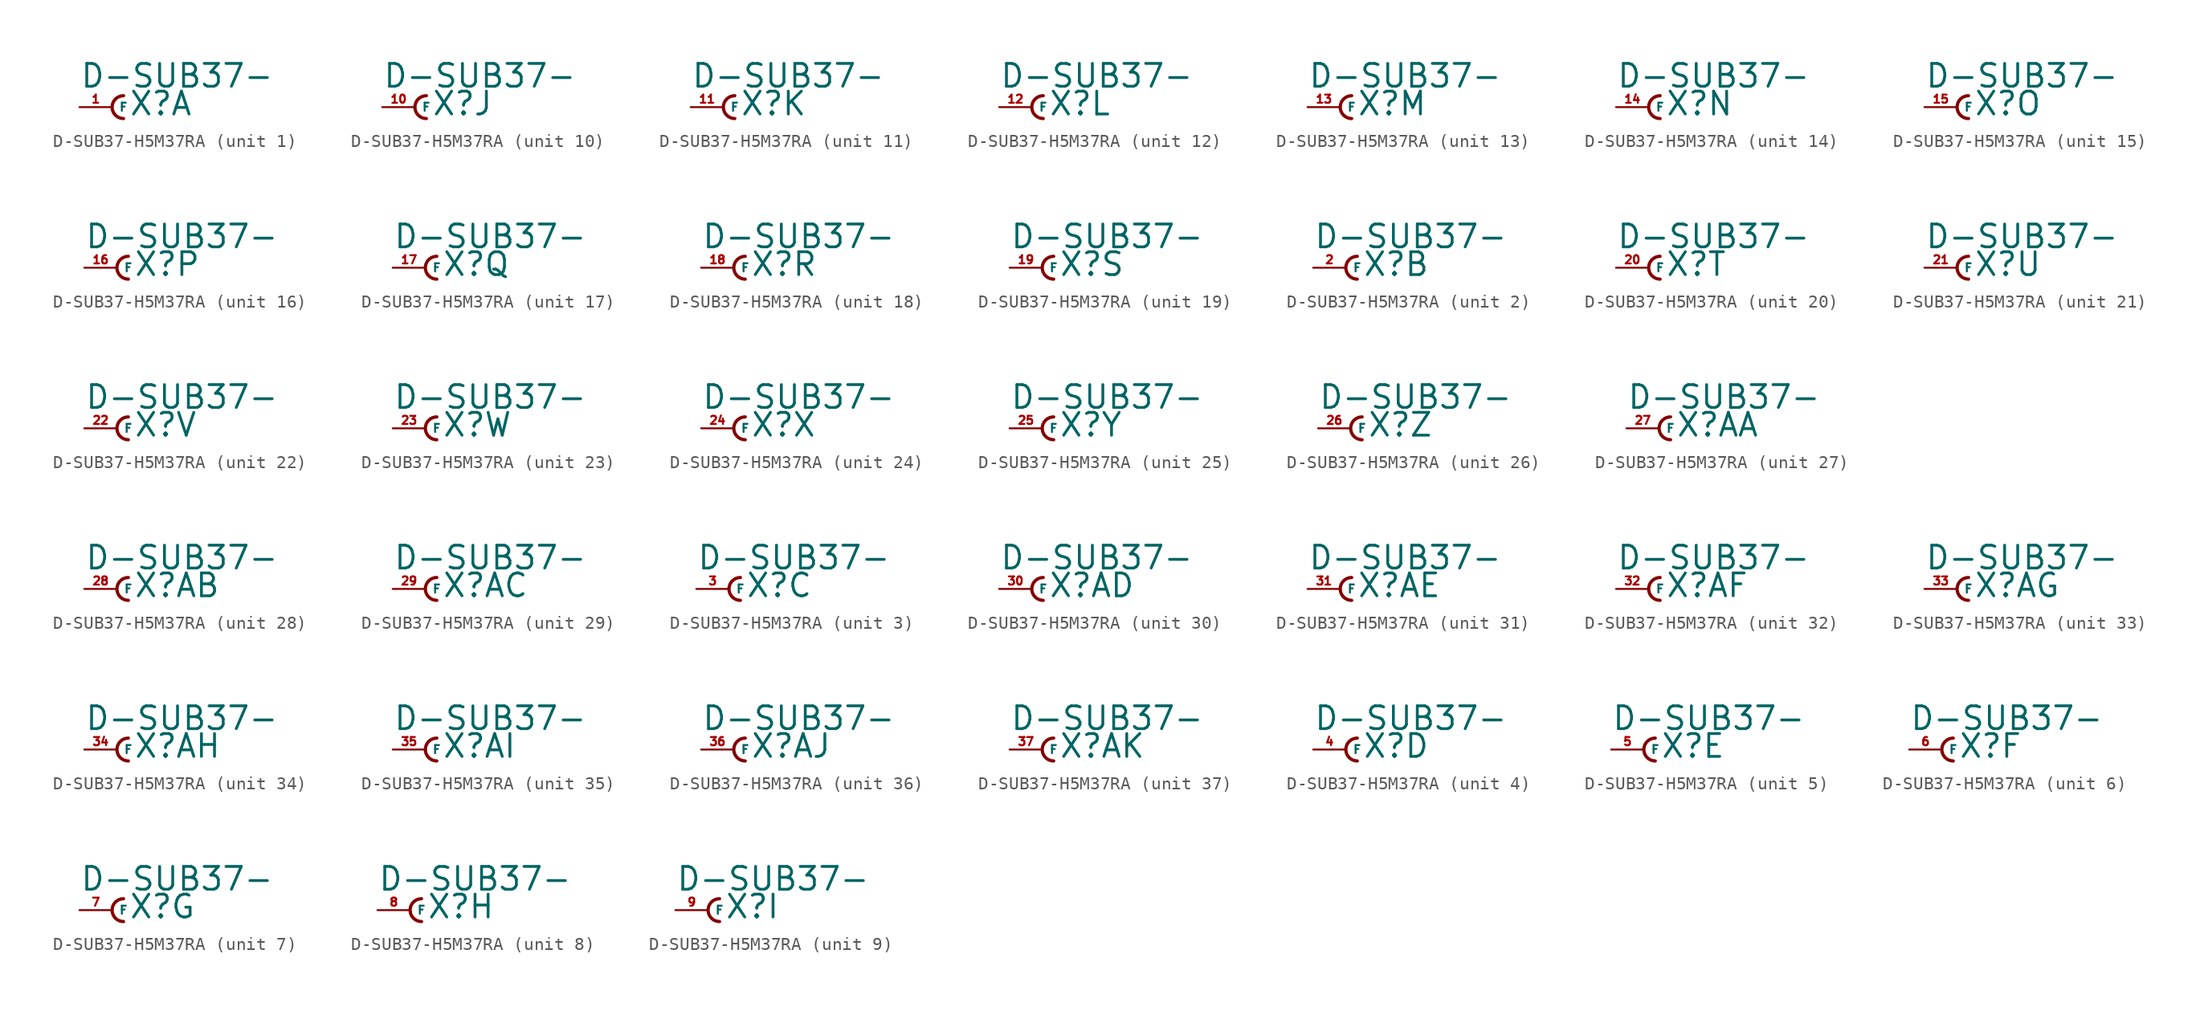
<source format=kicad_sym>
(kicad_symbol_lib
  (version 20220914)
  (generator Eagle2Kicad)
  (symbol "D-SUB37-H5M37RA"
    (property "Reference" "X"
      (at 1.27 -0.762 0)
      (effects (font (size 1.778 1.778) (thickness 0.22)) (justify left bottom)))
    (property "Value" "D-SUB37-"
      (at -2.54 1.397 0)
      (effects (font (size 1.778 1.778) (thickness 0.22)) (justify left bottom)))
    (symbol "D-SUB37-H5M37RA_1_0"
      (arc (start 0.889 0.889) (mid 0.000 0.000) (end 0.889 -0.889) (stroke (width 0.254) (type default)) (fill (type none)))
      (pin passive line (at -2.54 0 0) (length 2.54) (name "F" (effects (font (size 0.635 0.635) (thickness 0.08)) (justify left bottom))) (number "1" (effects (font (size 0.635 0.635) (thickness 0.08)) (justify left bottom)))))
    (symbol "D-SUB37-H5M37RA_2_0"
      (arc (start 0.889 0.889) (mid 0.000 0.000) (end 0.889 -0.889) (stroke (width 0.254) (type default)) (fill (type none)))
      (pin passive line (at -2.54 0 0) (length 2.54) (name "F" (effects (font (size 0.635 0.635) (thickness 0.08)) (justify left bottom))) (number "2" (effects (font (size 0.635 0.635) (thickness 0.08)) (justify left bottom)))))
    (symbol "D-SUB37-H5M37RA_3_0"
      (arc (start 0.889 0.889) (mid 0.000 0.000) (end 0.889 -0.889) (stroke (width 0.254) (type default)) (fill (type none)))
      (pin passive line (at -2.54 0 0) (length 2.54) (name "F" (effects (font (size 0.635 0.635) (thickness 0.08)) (justify left bottom))) (number "3" (effects (font (size 0.635 0.635) (thickness 0.08)) (justify left bottom)))))
    (symbol "D-SUB37-H5M37RA_4_0"
      (arc (start 0.889 0.889) (mid 0.000 0.000) (end 0.889 -0.889) (stroke (width 0.254) (type default)) (fill (type none)))
      (pin passive line (at -2.54 0 0) (length 2.54) (name "F" (effects (font (size 0.635 0.635) (thickness 0.08)) (justify left bottom))) (number "4" (effects (font (size 0.635 0.635) (thickness 0.08)) (justify left bottom)))))
    (symbol "D-SUB37-H5M37RA_5_0"
      (arc (start 0.889 0.889) (mid 0.000 0.000) (end 0.889 -0.889) (stroke (width 0.254) (type default)) (fill (type none)))
      (pin passive line (at -2.54 0 0) (length 2.54) (name "F" (effects (font (size 0.635 0.635) (thickness 0.08)) (justify left bottom))) (number "5" (effects (font (size 0.635 0.635) (thickness 0.08)) (justify left bottom)))))
    (symbol "D-SUB37-H5M37RA_6_0"
      (arc (start 0.889 0.889) (mid 0.000 0.000) (end 0.889 -0.889) (stroke (width 0.254) (type default)) (fill (type none)))
      (pin passive line (at -2.54 0 0) (length 2.54) (name "F" (effects (font (size 0.635 0.635) (thickness 0.08)) (justify left bottom))) (number "6" (effects (font (size 0.635 0.635) (thickness 0.08)) (justify left bottom)))))
    (symbol "D-SUB37-H5M37RA_7_0"
      (arc (start 0.889 0.889) (mid 0.000 0.000) (end 0.889 -0.889) (stroke (width 0.254) (type default)) (fill (type none)))
      (pin passive line (at -2.54 0 0) (length 2.54) (name "F" (effects (font (size 0.635 0.635) (thickness 0.08)) (justify left bottom))) (number "7" (effects (font (size 0.635 0.635) (thickness 0.08)) (justify left bottom)))))
    (symbol "D-SUB37-H5M37RA_8_0"
      (arc (start 0.889 0.889) (mid 0.000 0.000) (end 0.889 -0.889) (stroke (width 0.254) (type default)) (fill (type none)))
      (pin passive line (at -2.54 0 0) (length 2.54) (name "F" (effects (font (size 0.635 0.635) (thickness 0.08)) (justify left bottom))) (number "8" (effects (font (size 0.635 0.635) (thickness 0.08)) (justify left bottom)))))
    (symbol "D-SUB37-H5M37RA_9_0"
      (arc (start 0.889 0.889) (mid 0.000 0.000) (end 0.889 -0.889) (stroke (width 0.254) (type default)) (fill (type none)))
      (pin passive line (at -2.54 0 0) (length 2.54) (name "F" (effects (font (size 0.635 0.635) (thickness 0.08)) (justify left bottom))) (number "9" (effects (font (size 0.635 0.635) (thickness 0.08)) (justify left bottom)))))
    (symbol "D-SUB37-H5M37RA_10_0"
      (arc (start 0.889 0.889) (mid 0.000 0.000) (end 0.889 -0.889) (stroke (width 0.254) (type default)) (fill (type none)))
      (pin passive line (at -2.54 0 0) (length 2.54) (name "F" (effects (font (size 0.635 0.635) (thickness 0.08)) (justify left bottom))) (number "10" (effects (font (size 0.635 0.635) (thickness 0.08)) (justify left bottom)))))
    (symbol "D-SUB37-H5M37RA_11_0"
      (arc (start 0.889 0.889) (mid 0.000 0.000) (end 0.889 -0.889) (stroke (width 0.254) (type default)) (fill (type none)))
      (pin passive line (at -2.54 0 0) (length 2.54) (name "F" (effects (font (size 0.635 0.635) (thickness 0.08)) (justify left bottom))) (number "11" (effects (font (size 0.635 0.635) (thickness 0.08)) (justify left bottom)))))
    (symbol "D-SUB37-H5M37RA_12_0"
      (arc (start 0.889 0.889) (mid 0.000 0.000) (end 0.889 -0.889) (stroke (width 0.254) (type default)) (fill (type none)))
      (pin passive line (at -2.54 0 0) (length 2.54) (name "F" (effects (font (size 0.635 0.635) (thickness 0.08)) (justify left bottom))) (number "12" (effects (font (size 0.635 0.635) (thickness 0.08)) (justify left bottom)))))
    (symbol "D-SUB37-H5M37RA_13_0"
      (arc (start 0.889 0.889) (mid 0.000 0.000) (end 0.889 -0.889) (stroke (width 0.254) (type default)) (fill (type none)))
      (pin passive line (at -2.54 0 0) (length 2.54) (name "F" (effects (font (size 0.635 0.635) (thickness 0.08)) (justify left bottom))) (number "13" (effects (font (size 0.635 0.635) (thickness 0.08)) (justify left bottom)))))
    (symbol "D-SUB37-H5M37RA_14_0"
      (arc (start 0.889 0.889) (mid 0.000 0.000) (end 0.889 -0.889) (stroke (width 0.254) (type default)) (fill (type none)))
      (pin passive line (at -2.54 0 0) (length 2.54) (name "F" (effects (font (size 0.635 0.635) (thickness 0.08)) (justify left bottom))) (number "14" (effects (font (size 0.635 0.635) (thickness 0.08)) (justify left bottom)))))
    (symbol "D-SUB37-H5M37RA_15_0"
      (arc (start 0.889 0.889) (mid 0.000 0.000) (end 0.889 -0.889) (stroke (width 0.254) (type default)) (fill (type none)))
      (pin passive line (at -2.54 0 0) (length 2.54) (name "F" (effects (font (size 0.635 0.635) (thickness 0.08)) (justify left bottom))) (number "15" (effects (font (size 0.635 0.635) (thickness 0.08)) (justify left bottom)))))
    (symbol "D-SUB37-H5M37RA_16_0"
      (arc (start 0.889 0.889) (mid 0.000 0.000) (end 0.889 -0.889) (stroke (width 0.254) (type default)) (fill (type none)))
      (pin passive line (at -2.54 0 0) (length 2.54) (name "F" (effects (font (size 0.635 0.635) (thickness 0.08)) (justify left bottom))) (number "16" (effects (font (size 0.635 0.635) (thickness 0.08)) (justify left bottom)))))
    (symbol "D-SUB37-H5M37RA_17_0"
      (arc (start 0.889 0.889) (mid 0.000 0.000) (end 0.889 -0.889) (stroke (width 0.254) (type default)) (fill (type none)))
      (pin passive line (at -2.54 0 0) (length 2.54) (name "F" (effects (font (size 0.635 0.635) (thickness 0.08)) (justify left bottom))) (number "17" (effects (font (size 0.635 0.635) (thickness 0.08)) (justify left bottom)))))
    (symbol "D-SUB37-H5M37RA_18_0"
      (arc (start 0.889 0.889) (mid 0.000 0.000) (end 0.889 -0.889) (stroke (width 0.254) (type default)) (fill (type none)))
      (pin passive line (at -2.54 0 0) (length 2.54) (name "F" (effects (font (size 0.635 0.635) (thickness 0.08)) (justify left bottom))) (number "18" (effects (font (size 0.635 0.635) (thickness 0.08)) (justify left bottom)))))
    (symbol "D-SUB37-H5M37RA_19_0"
      (arc (start 0.889 0.889) (mid 0.000 0.000) (end 0.889 -0.889) (stroke (width 0.254) (type default)) (fill (type none)))
      (pin passive line (at -2.54 0 0) (length 2.54) (name "F" (effects (font (size 0.635 0.635) (thickness 0.08)) (justify left bottom))) (number "19" (effects (font (size 0.635 0.635) (thickness 0.08)) (justify left bottom)))))
    (symbol "D-SUB37-H5M37RA_20_0"
      (arc (start 0.889 0.889) (mid 0.000 0.000) (end 0.889 -0.889) (stroke (width 0.254) (type default)) (fill (type none)))
      (pin passive line (at -2.54 0 0) (length 2.54) (name "F" (effects (font (size 0.635 0.635) (thickness 0.08)) (justify left bottom))) (number "20" (effects (font (size 0.635 0.635) (thickness 0.08)) (justify left bottom)))))
    (symbol "D-SUB37-H5M37RA_21_0"
      (arc (start 0.889 0.889) (mid 0.000 0.000) (end 0.889 -0.889) (stroke (width 0.254) (type default)) (fill (type none)))
      (pin passive line (at -2.54 0 0) (length 2.54) (name "F" (effects (font (size 0.635 0.635) (thickness 0.08)) (justify left bottom))) (number "21" (effects (font (size 0.635 0.635) (thickness 0.08)) (justify left bottom)))))
    (symbol "D-SUB37-H5M37RA_22_0"
      (arc (start 0.889 0.889) (mid 0.000 0.000) (end 0.889 -0.889) (stroke (width 0.254) (type default)) (fill (type none)))
      (pin passive line (at -2.54 0 0) (length 2.54) (name "F" (effects (font (size 0.635 0.635) (thickness 0.08)) (justify left bottom))) (number "22" (effects (font (size 0.635 0.635) (thickness 0.08)) (justify left bottom)))))
    (symbol "D-SUB37-H5M37RA_23_0"
      (arc (start 0.889 0.889) (mid 0.000 0.000) (end 0.889 -0.889) (stroke (width 0.254) (type default)) (fill (type none)))
      (pin passive line (at -2.54 0 0) (length 2.54) (name "F" (effects (font (size 0.635 0.635) (thickness 0.08)) (justify left bottom))) (number "23" (effects (font (size 0.635 0.635) (thickness 0.08)) (justify left bottom)))))
    (symbol "D-SUB37-H5M37RA_24_0"
      (arc (start 0.889 0.889) (mid 0.000 0.000) (end 0.889 -0.889) (stroke (width 0.254) (type default)) (fill (type none)))
      (pin passive line (at -2.54 0 0) (length 2.54) (name "F" (effects (font (size 0.635 0.635) (thickness 0.08)) (justify left bottom))) (number "24" (effects (font (size 0.635 0.635) (thickness 0.08)) (justify left bottom)))))
    (symbol "D-SUB37-H5M37RA_25_0"
      (arc (start 0.889 0.889) (mid 0.000 0.000) (end 0.889 -0.889) (stroke (width 0.254) (type default)) (fill (type none)))
      (pin passive line (at -2.54 0 0) (length 2.54) (name "F" (effects (font (size 0.635 0.635) (thickness 0.08)) (justify left bottom))) (number "25" (effects (font (size 0.635 0.635) (thickness 0.08)) (justify left bottom)))))
    (symbol "D-SUB37-H5M37RA_26_0"
      (arc (start 0.889 0.889) (mid 0.000 0.000) (end 0.889 -0.889) (stroke (width 0.254) (type default)) (fill (type none)))
      (pin passive line (at -2.54 0 0) (length 2.54) (name "F" (effects (font (size 0.635 0.635) (thickness 0.08)) (justify left bottom))) (number "26" (effects (font (size 0.635 0.635) (thickness 0.08)) (justify left bottom)))))
    (symbol "D-SUB37-H5M37RA_27_0"
      (arc (start 0.889 0.889) (mid 0.000 0.000) (end 0.889 -0.889) (stroke (width 0.254) (type default)) (fill (type none)))
      (pin passive line (at -2.54 0 0) (length 2.54) (name "F" (effects (font (size 0.635 0.635) (thickness 0.08)) (justify left bottom))) (number "27" (effects (font (size 0.635 0.635) (thickness 0.08)) (justify left bottom)))))
    (symbol "D-SUB37-H5M37RA_28_0"
      (arc (start 0.889 0.889) (mid 0.000 0.000) (end 0.889 -0.889) (stroke (width 0.254) (type default)) (fill (type none)))
      (pin passive line (at -2.54 0 0) (length 2.54) (name "F" (effects (font (size 0.635 0.635) (thickness 0.08)) (justify left bottom))) (number "28" (effects (font (size 0.635 0.635) (thickness 0.08)) (justify left bottom)))))
    (symbol "D-SUB37-H5M37RA_29_0"
      (arc (start 0.889 0.889) (mid 0.000 0.000) (end 0.889 -0.889) (stroke (width 0.254) (type default)) (fill (type none)))
      (pin passive line (at -2.54 0 0) (length 2.54) (name "F" (effects (font (size 0.635 0.635) (thickness 0.08)) (justify left bottom))) (number "29" (effects (font (size 0.635 0.635) (thickness 0.08)) (justify left bottom)))))
    (symbol "D-SUB37-H5M37RA_30_0"
      (arc (start 0.889 0.889) (mid 0.000 0.000) (end 0.889 -0.889) (stroke (width 0.254) (type default)) (fill (type none)))
      (pin passive line (at -2.54 0 0) (length 2.54) (name "F" (effects (font (size 0.635 0.635) (thickness 0.08)) (justify left bottom))) (number "30" (effects (font (size 0.635 0.635) (thickness 0.08)) (justify left bottom)))))
    (symbol "D-SUB37-H5M37RA_31_0"
      (arc (start 0.889 0.889) (mid 0.000 0.000) (end 0.889 -0.889) (stroke (width 0.254) (type default)) (fill (type none)))
      (pin passive line (at -2.54 0 0) (length 2.54) (name "F" (effects (font (size 0.635 0.635) (thickness 0.08)) (justify left bottom))) (number "31" (effects (font (size 0.635 0.635) (thickness 0.08)) (justify left bottom)))))
    (symbol "D-SUB37-H5M37RA_32_0"
      (arc (start 0.889 0.889) (mid 0.000 0.000) (end 0.889 -0.889) (stroke (width 0.254) (type default)) (fill (type none)))
      (pin passive line (at -2.54 0 0) (length 2.54) (name "F" (effects (font (size 0.635 0.635) (thickness 0.08)) (justify left bottom))) (number "32" (effects (font (size 0.635 0.635) (thickness 0.08)) (justify left bottom)))))
    (symbol "D-SUB37-H5M37RA_33_0"
      (arc (start 0.889 0.889) (mid 0.000 0.000) (end 0.889 -0.889) (stroke (width 0.254) (type default)) (fill (type none)))
      (pin passive line (at -2.54 0 0) (length 2.54) (name "F" (effects (font (size 0.635 0.635) (thickness 0.08)) (justify left bottom))) (number "33" (effects (font (size 0.635 0.635) (thickness 0.08)) (justify left bottom)))))
    (symbol "D-SUB37-H5M37RA_34_0"
      (arc (start 0.889 0.889) (mid 0.000 0.000) (end 0.889 -0.889) (stroke (width 0.254) (type default)) (fill (type none)))
      (pin passive line (at -2.54 0 0) (length 2.54) (name "F" (effects (font (size 0.635 0.635) (thickness 0.08)) (justify left bottom))) (number "34" (effects (font (size 0.635 0.635) (thickness 0.08)) (justify left bottom)))))
    (symbol "D-SUB37-H5M37RA_35_0"
      (arc (start 0.889 0.889) (mid 0.000 0.000) (end 0.889 -0.889) (stroke (width 0.254) (type default)) (fill (type none)))
      (pin passive line (at -2.54 0 0) (length 2.54) (name "F" (effects (font (size 0.635 0.635) (thickness 0.08)) (justify left bottom))) (number "35" (effects (font (size 0.635 0.635) (thickness 0.08)) (justify left bottom)))))
    (symbol "D-SUB37-H5M37RA_36_0"
      (arc (start 0.889 0.889) (mid 0.000 0.000) (end 0.889 -0.889) (stroke (width 0.254) (type default)) (fill (type none)))
      (pin passive line (at -2.54 0 0) (length 2.54) (name "F" (effects (font (size 0.635 0.635) (thickness 0.08)) (justify left bottom))) (number "36" (effects (font (size 0.635 0.635) (thickness 0.08)) (justify left bottom)))))
    (symbol "D-SUB37-H5M37RA_37_0"
      (arc (start 0.889 0.889) (mid 0.000 0.000) (end 0.889 -0.889) (stroke (width 0.254) (type default)) (fill (type none)))
      (pin passive line (at -2.54 0 0) (length 2.54) (name "F" (effects (font (size 0.635 0.635) (thickness 0.08)) (justify left bottom))) (number "37" (effects (font (size 0.635 0.635) (thickness 0.08)) (justify left bottom)))))))
</source>
